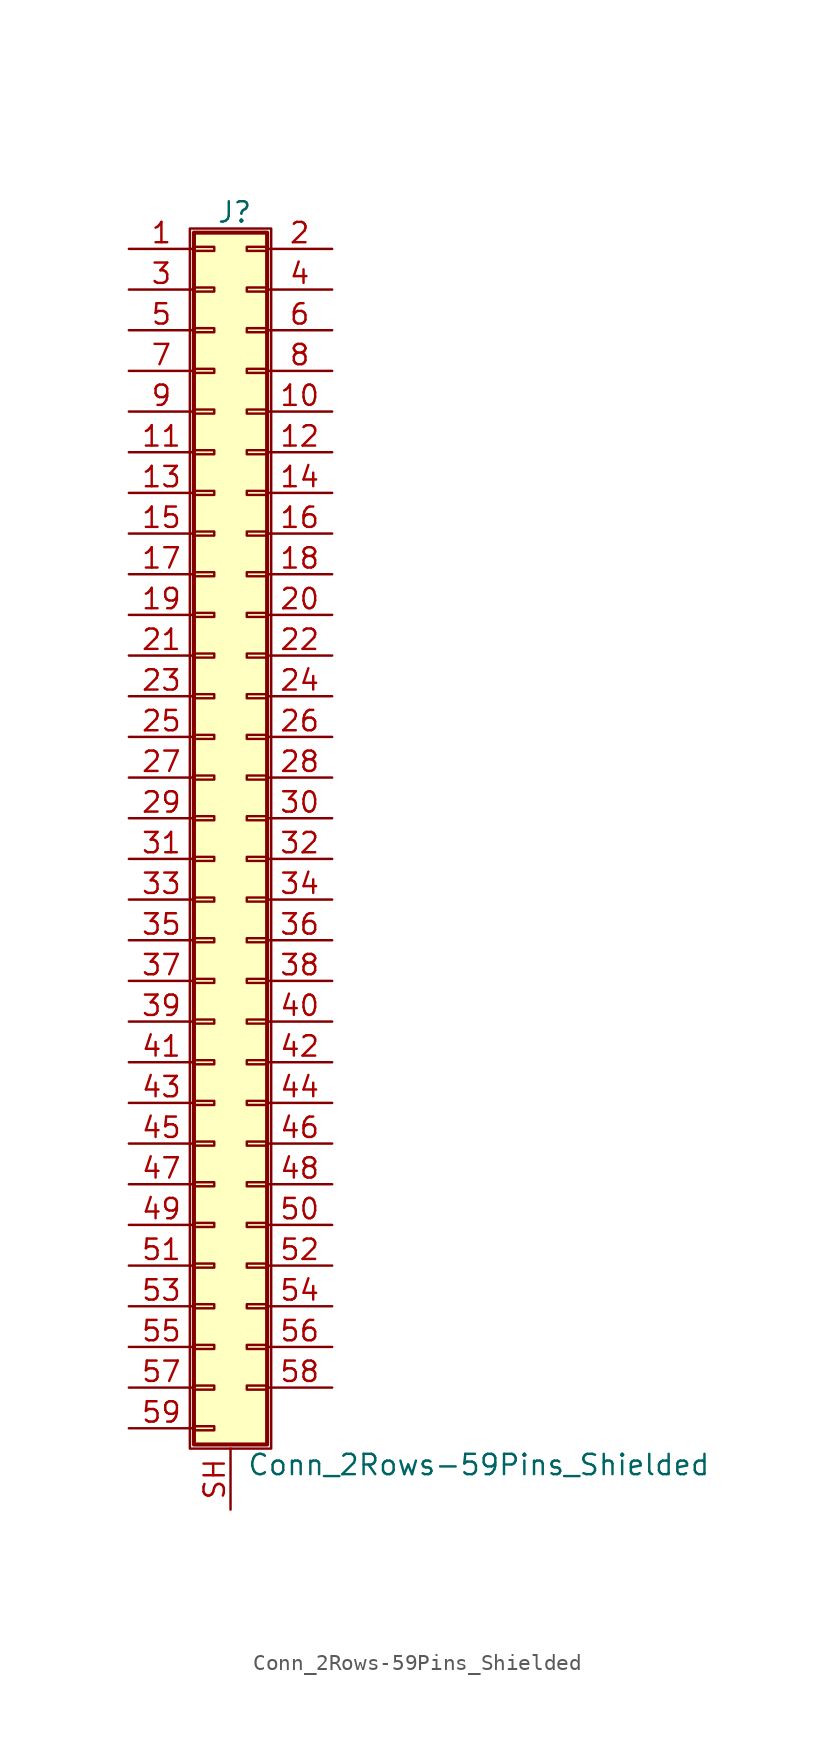
<source format=kicad_sym>
(kicad_symbol_lib
  (version 20220914)
  (generator kicad_symbol_editor)
  (symbol "Conn_2Rows-59Pins_Shielded"
    (pin_names
      (offset 1.016) hide)
    (property "Reference" "J"
      (at 1.524 37.846 0)
      (effects (font (size 1.27 1.27))))
    (property "Value" "Conn_2Rows-59Pins_Shielded"
      (at 2.286 -40.386 0)
      (effects (font (size 1.27 1.27)) (justify left)))
    (symbol "Conn_2Rows-59Pins_Shielded_1_1"
      (rectangle (start -1.27 36.83) (end 3.81 -39.37) (stroke (width 0.152) (type default)) (fill (type none)))
      (rectangle (start -1.016 -37.973) (end 0.254 -38.227) (stroke (width 0.152) (type default)) (fill (type none)))
      (rectangle (start -1.016 -35.433) (end 0.254 -35.687) (stroke (width 0.152) (type default)) (fill (type none)))
      (rectangle (start -1.016 -32.893) (end 0.254 -33.147) (stroke (width 0.152) (type default)) (fill (type none)))
      (rectangle (start -1.016 -30.353) (end 0.254 -30.607) (stroke (width 0.152) (type default)) (fill (type none)))
      (rectangle (start -1.016 -27.813) (end 0.254 -28.067) (stroke (width 0.152) (type default)) (fill (type none)))
      (rectangle (start -1.016 -25.273) (end 0.254 -25.527) (stroke (width 0.152) (type default)) (fill (type none)))
      (rectangle (start -1.016 -22.733) (end 0.254 -22.987) (stroke (width 0.152) (type default)) (fill (type none)))
      (rectangle (start -1.016 -20.193) (end 0.254 -20.447) (stroke (width 0.152) (type default)) (fill (type none)))
      (rectangle (start -1.016 -17.653) (end 0.254 -17.907) (stroke (width 0.152) (type default)) (fill (type none)))
      (rectangle (start -1.016 -15.113) (end 0.254 -15.367) (stroke (width 0.152) (type default)) (fill (type none)))
      (rectangle (start -1.016 -12.573) (end 0.254 -12.827) (stroke (width 0.152) (type default)) (fill (type none)))
      (rectangle (start -1.016 -10.033) (end 0.254 -10.287) (stroke (width 0.152) (type default)) (fill (type none)))
      (rectangle (start -1.016 -7.493) (end 0.254 -7.747) (stroke (width 0.152) (type default)) (fill (type none)))
      (rectangle (start -1.016 -4.953) (end 0.254 -5.207) (stroke (width 0.152) (type default)) (fill (type none)))
      (rectangle (start -1.016 -2.413) (end 0.254 -2.667) (stroke (width 0.152) (type default)) (fill (type none)))
      (rectangle (start -1.016 0.127) (end 0.254 -0.127) (stroke (width 0.152) (type default)) (fill (type none)))
      (rectangle (start -1.016 2.667) (end 0.254 2.413) (stroke (width 0.152) (type default)) (fill (type none)))
      (rectangle (start -1.016 5.207) (end 0.254 4.953) (stroke (width 0.152) (type default)) (fill (type none)))
      (rectangle (start -1.016 7.747) (end 0.254 7.493) (stroke (width 0.152) (type default)) (fill (type none)))
      (rectangle (start -1.016 10.287) (end 0.254 10.033) (stroke (width 0.152) (type default)) (fill (type none)))
      (rectangle (start -1.016 12.827) (end 0.254 12.573) (stroke (width 0.152) (type default)) (fill (type none)))
      (rectangle (start -1.016 15.367) (end 0.254 15.113) (stroke (width 0.152) (type default)) (fill (type none)))
      (rectangle (start -1.016 17.907) (end 0.254 17.653) (stroke (width 0.152) (type default)) (fill (type none)))
      (rectangle (start -1.016 20.447) (end 0.254 20.193) (stroke (width 0.152) (type default)) (fill (type none)))
      (rectangle (start -1.016 22.987) (end 0.254 22.733) (stroke (width 0.152) (type default)) (fill (type none)))
      (rectangle (start -1.016 25.527) (end 0.254 25.273) (stroke (width 0.152) (type default)) (fill (type none)))
      (rectangle (start -1.016 28.067) (end 0.254 27.813) (stroke (width 0.152) (type default)) (fill (type none)))
      (rectangle (start -1.016 30.607) (end 0.254 30.353) (stroke (width 0.152) (type default)) (fill (type none)))
      (rectangle (start -1.016 33.147) (end 0.254 32.893) (stroke (width 0.152) (type default)) (fill (type none)))
      (rectangle (start -1.016 35.687) (end 0.254 35.433) (stroke (width 0.152) (type default)) (fill (type none)))
      (rectangle (start -1.016 36.576) (end 3.556 -39.116) (stroke (width 0.254) (type default)) (fill (type background)))
      (rectangle (start 3.556 -35.433) (end 2.286 -35.687) (stroke (width 0.152) (type default)) (fill (type none)))
      (rectangle (start 3.556 -32.893) (end 2.286 -33.147) (stroke (width 0.152) (type default)) (fill (type none)))
      (rectangle (start 3.556 -30.353) (end 2.286 -30.607) (stroke (width 0.152) (type default)) (fill (type none)))
      (rectangle (start 3.556 -27.813) (end 2.286 -28.067) (stroke (width 0.152) (type default)) (fill (type none)))
      (rectangle (start 3.556 -25.273) (end 2.286 -25.527) (stroke (width 0.152) (type default)) (fill (type none)))
      (rectangle (start 3.556 -22.733) (end 2.286 -22.987) (stroke (width 0.152) (type default)) (fill (type none)))
      (rectangle (start 3.556 -20.193) (end 2.286 -20.447) (stroke (width 0.152) (type default)) (fill (type none)))
      (rectangle (start 3.556 -17.653) (end 2.286 -17.907) (stroke (width 0.152) (type default)) (fill (type none)))
      (rectangle (start 3.556 -15.113) (end 2.286 -15.367) (stroke (width 0.152) (type default)) (fill (type none)))
      (rectangle (start 3.556 -12.573) (end 2.286 -12.827) (stroke (width 0.152) (type default)) (fill (type none)))
      (rectangle (start 3.556 -10.033) (end 2.286 -10.287) (stroke (width 0.152) (type default)) (fill (type none)))
      (rectangle (start 3.556 -7.493) (end 2.286 -7.747) (stroke (width 0.152) (type default)) (fill (type none)))
      (rectangle (start 3.556 -4.953) (end 2.286 -5.207) (stroke (width 0.152) (type default)) (fill (type none)))
      (rectangle (start 3.556 -2.413) (end 2.286 -2.667) (stroke (width 0.152) (type default)) (fill (type none)))
      (rectangle (start 3.556 0.127) (end 2.286 -0.127) (stroke (width 0.152) (type default)) (fill (type none)))
      (rectangle (start 3.556 2.667) (end 2.286 2.413) (stroke (width 0.152) (type default)) (fill (type none)))
      (rectangle (start 3.556 5.207) (end 2.286 4.953) (stroke (width 0.152) (type default)) (fill (type none)))
      (rectangle (start 3.556 7.747) (end 2.286 7.493) (stroke (width 0.152) (type default)) (fill (type none)))
      (rectangle (start 3.556 10.287) (end 2.286 10.033) (stroke (width 0.152) (type default)) (fill (type none)))
      (rectangle (start 3.556 12.827) (end 2.286 12.573) (stroke (width 0.152) (type default)) (fill (type none)))
      (rectangle (start 3.556 15.367) (end 2.286 15.113) (stroke (width 0.152) (type default)) (fill (type none)))
      (rectangle (start 3.556 17.907) (end 2.286 17.653) (stroke (width 0.152) (type default)) (fill (type none)))
      (rectangle (start 3.556 20.447) (end 2.286 20.193) (stroke (width 0.152) (type default)) (fill (type none)))
      (rectangle (start 3.556 22.987) (end 2.286 22.733) (stroke (width 0.152) (type default)) (fill (type none)))
      (rectangle (start 3.556 25.527) (end 2.286 25.273) (stroke (width 0.152) (type default)) (fill (type none)))
      (rectangle (start 3.556 28.067) (end 2.286 27.813) (stroke (width 0.152) (type default)) (fill (type none)))
      (rectangle (start 3.556 30.607) (end 2.286 30.353) (stroke (width 0.152) (type default)) (fill (type none)))
      (rectangle (start 3.556 33.147) (end 2.286 32.893) (stroke (width 0.152) (type default)) (fill (type none)))
      (rectangle (start 3.556 35.687) (end 2.286 35.433) (stroke (width 0.152) (type default)) (fill (type none)))
      (pin passive line (at -5.08 35.56 0) (length 4.064) (name "Pin_1" (effects (font (size 1.27 1.27)))) (number "1" (effects (font (size 1.27 1.27)))))
      (pin passive line (at 7.62 25.4 180) (length 4.064) (name "Pin_10" (effects (font (size 1.27 1.27)))) (number "10" (effects (font (size 1.27 1.27)))))
      (pin passive line (at -5.08 22.86 0) (length 4.064) (name "Pin_11" (effects (font (size 1.27 1.27)))) (number "11" (effects (font (size 1.27 1.27)))))
      (pin passive line (at 7.62 22.86 180) (length 4.064) (name "Pin_12" (effects (font (size 1.27 1.27)))) (number "12" (effects (font (size 1.27 1.27)))))
      (pin passive line (at -5.08 20.32 0) (length 4.064) (name "Pin_13" (effects (font (size 1.27 1.27)))) (number "13" (effects (font (size 1.27 1.27)))))
      (pin passive line (at 7.62 20.32 180) (length 4.064) (name "Pin_14" (effects (font (size 1.27 1.27)))) (number "14" (effects (font (size 1.27 1.27)))))
      (pin passive line (at -5.08 17.78 0) (length 4.064) (name "Pin_15" (effects (font (size 1.27 1.27)))) (number "15" (effects (font (size 1.27 1.27)))))
      (pin passive line (at 7.62 17.78 180) (length 4.064) (name "Pin_16" (effects (font (size 1.27 1.27)))) (number "16" (effects (font (size 1.27 1.27)))))
      (pin passive line (at -5.08 15.24 0) (length 4.064) (name "Pin_17" (effects (font (size 1.27 1.27)))) (number "17" (effects (font (size 1.27 1.27)))))
      (pin passive line (at 7.62 15.24 180) (length 4.064) (name "Pin_18" (effects (font (size 1.27 1.27)))) (number "18" (effects (font (size 1.27 1.27)))))
      (pin passive line (at -5.08 12.7 0) (length 4.064) (name "Pin_19" (effects (font (size 1.27 1.27)))) (number "19" (effects (font (size 1.27 1.27)))))
      (pin passive line (at 7.62 35.56 180) (length 4.064) (name "Pin_2" (effects (font (size 1.27 1.27)))) (number "2" (effects (font (size 1.27 1.27)))))
      (pin passive line (at 7.62 12.7 180) (length 4.064) (name "Pin_20" (effects (font (size 1.27 1.27)))) (number "20" (effects (font (size 1.27 1.27)))))
      (pin passive line (at -5.08 10.16 0) (length 4.064) (name "Pin_21" (effects (font (size 1.27 1.27)))) (number "21" (effects (font (size 1.27 1.27)))))
      (pin passive line (at 7.62 10.16 180) (length 4.064) (name "Pin_22" (effects (font (size 1.27 1.27)))) (number "22" (effects (font (size 1.27 1.27)))))
      (pin passive line (at -5.08 7.62 0) (length 4.064) (name "Pin_23" (effects (font (size 1.27 1.27)))) (number "23" (effects (font (size 1.27 1.27)))))
      (pin passive line (at 7.62 7.62 180) (length 4.064) (name "Pin_24" (effects (font (size 1.27 1.27)))) (number "24" (effects (font (size 1.27 1.27)))))
      (pin passive line (at -5.08 5.08 0) (length 4.064) (name "Pin_25" (effects (font (size 1.27 1.27)))) (number "25" (effects (font (size 1.27 1.27)))))
      (pin passive line (at 7.62 5.08 180) (length 4.064) (name "Pin_26" (effects (font (size 1.27 1.27)))) (number "26" (effects (font (size 1.27 1.27)))))
      (pin passive line (at -5.08 2.54 0) (length 4.064) (name "Pin_27" (effects (font (size 1.27 1.27)))) (number "27" (effects (font (size 1.27 1.27)))))
      (pin passive line (at 7.62 2.54 180) (length 4.064) (name "Pin_28" (effects (font (size 1.27 1.27)))) (number "28" (effects (font (size 1.27 1.27)))))
      (pin passive line (at -5.08 0 0) (length 4.064) (name "Pin_29" (effects (font (size 1.27 1.27)))) (number "29" (effects (font (size 1.27 1.27)))))
      (pin passive line (at -5.08 33.02 0) (length 4.064) (name "Pin_3" (effects (font (size 1.27 1.27)))) (number "3" (effects (font (size 1.27 1.27)))))
      (pin passive line (at 7.62 0 180) (length 4.064) (name "Pin_30" (effects (font (size 1.27 1.27)))) (number "30" (effects (font (size 1.27 1.27)))))
      (pin passive line (at -5.08 -2.54 0) (length 4.064) (name "Pin_31" (effects (font (size 1.27 1.27)))) (number "31" (effects (font (size 1.27 1.27)))))
      (pin passive line (at 7.62 -2.54 180) (length 4.064) (name "Pin_32" (effects (font (size 1.27 1.27)))) (number "32" (effects (font (size 1.27 1.27)))))
      (pin passive line (at -5.08 -5.08 0) (length 4.064) (name "Pin_33" (effects (font (size 1.27 1.27)))) (number "33" (effects (font (size 1.27 1.27)))))
      (pin passive line (at 7.62 -5.08 180) (length 4.064) (name "Pin_34" (effects (font (size 1.27 1.27)))) (number "34" (effects (font (size 1.27 1.27)))))
      (pin passive line (at -5.08 -7.62 0) (length 4.064) (name "Pin_35" (effects (font (size 1.27 1.27)))) (number "35" (effects (font (size 1.27 1.27)))))
      (pin passive line (at 7.62 -7.62 180) (length 4.064) (name "Pin_36" (effects (font (size 1.27 1.27)))) (number "36" (effects (font (size 1.27 1.27)))))
      (pin passive line (at -5.08 -10.16 0) (length 4.064) (name "Pin_37" (effects (font (size 1.27 1.27)))) (number "37" (effects (font (size 1.27 1.27)))))
      (pin passive line (at 7.62 -10.16 180) (length 4.064) (name "Pin_38" (effects (font (size 1.27 1.27)))) (number "38" (effects (font (size 1.27 1.27)))))
      (pin passive line (at -5.08 -12.7 0) (length 4.064) (name "Pin_39" (effects (font (size 1.27 1.27)))) (number "39" (effects (font (size 1.27 1.27)))))
      (pin passive line (at 7.62 33.02 180) (length 4.064) (name "Pin_4" (effects (font (size 1.27 1.27)))) (number "4" (effects (font (size 1.27 1.27)))))
      (pin passive line (at 7.62 -12.7 180) (length 4.064) (name "Pin_40" (effects (font (size 1.27 1.27)))) (number "40" (effects (font (size 1.27 1.27)))))
      (pin passive line (at -5.08 -15.24 0) (length 4.064) (name "Pin_41" (effects (font (size 1.27 1.27)))) (number "41" (effects (font (size 1.27 1.27)))))
      (pin passive line (at 7.62 -15.24 180) (length 4.064) (name "Pin_42" (effects (font (size 1.27 1.27)))) (number "42" (effects (font (size 1.27 1.27)))))
      (pin passive line (at -5.08 -17.78 0) (length 4.064) (name "Pin_43" (effects (font (size 1.27 1.27)))) (number "43" (effects (font (size 1.27 1.27)))))
      (pin passive line (at 7.62 -17.78 180) (length 4.064) (name "Pin_44" (effects (font (size 1.27 1.27)))) (number "44" (effects (font (size 1.27 1.27)))))
      (pin passive line (at -5.08 -20.32 0) (length 4.064) (name "Pin_45" (effects (font (size 1.27 1.27)))) (number "45" (effects (font (size 1.27 1.27)))))
      (pin passive line (at 7.62 -20.32 180) (length 4.064) (name "Pin_46" (effects (font (size 1.27 1.27)))) (number "46" (effects (font (size 1.27 1.27)))))
      (pin passive line (at -5.08 -22.86 0) (length 4.064) (name "Pin_47" (effects (font (size 1.27 1.27)))) (number "47" (effects (font (size 1.27 1.27)))))
      (pin passive line (at 7.62 -22.86 180) (length 4.064) (name "Pin_48" (effects (font (size 1.27 1.27)))) (number "48" (effects (font (size 1.27 1.27)))))
      (pin passive line (at -5.08 -25.4 0) (length 4.064) (name "Pin_49" (effects (font (size 1.27 1.27)))) (number "49" (effects (font (size 1.27 1.27)))))
      (pin passive line (at -5.08 30.48 0) (length 4.064) (name "Pin_5" (effects (font (size 1.27 1.27)))) (number "5" (effects (font (size 1.27 1.27)))))
      (pin passive line (at 7.62 -25.4 180) (length 4.064) (name "Pin_50" (effects (font (size 1.27 1.27)))) (number "50" (effects (font (size 1.27 1.27)))))
      (pin passive line (at -5.08 -27.94 0) (length 4.064) (name "Pin_51" (effects (font (size 1.27 1.27)))) (number "51" (effects (font (size 1.27 1.27)))))
      (pin passive line (at 7.62 -27.94 180) (length 4.064) (name "Pin_52" (effects (font (size 1.27 1.27)))) (number "52" (effects (font (size 1.27 1.27)))))
      (pin passive line (at -5.08 -30.48 0) (length 4.064) (name "Pin_53" (effects (font (size 1.27 1.27)))) (number "53" (effects (font (size 1.27 1.27)))))
      (pin passive line (at 7.62 -30.48 180) (length 4.064) (name "Pin_54" (effects (font (size 1.27 1.27)))) (number "54" (effects (font (size 1.27 1.27)))))
      (pin passive line (at -5.08 -33.02 0) (length 4.064) (name "Pin_55" (effects (font (size 1.27 1.27)))) (number "55" (effects (font (size 1.27 1.27)))))
      (pin passive line (at 7.62 -33.02 180) (length 4.064) (name "Pin_56" (effects (font (size 1.27 1.27)))) (number "56" (effects (font (size 1.27 1.27)))))
      (pin passive line (at -5.08 -35.56 0) (length 4.064) (name "Pin_57" (effects (font (size 1.27 1.27)))) (number "57" (effects (font (size 1.27 1.27)))))
      (pin passive line (at 7.62 -35.56 180) (length 4.064) (name "Pin_58" (effects (font (size 1.27 1.27)))) (number "58" (effects (font (size 1.27 1.27)))))
      (pin passive line (at -5.08 -38.1 0) (length 4.064) (name "Pin_59" (effects (font (size 1.27 1.27)))) (number "59" (effects (font (size 1.27 1.27)))))
      (pin passive line (at 7.62 30.48 180) (length 4.064) (name "Pin_6" (effects (font (size 1.27 1.27)))) (number "6" (effects (font (size 1.27 1.27)))))
      (pin passive line (at -5.08 27.94 0) (length 4.064) (name "Pin_7" (effects (font (size 1.27 1.27)))) (number "7" (effects (font (size 1.27 1.27)))))
      (pin passive line (at 7.62 27.94 180) (length 4.064) (name "Pin_8" (effects (font (size 1.27 1.27)))) (number "8" (effects (font (size 1.27 1.27)))))
      (pin passive line (at -5.08 25.4 0) (length 4.064) (name "Pin_9" (effects (font (size 1.27 1.27)))) (number "9" (effects (font (size 1.27 1.27)))))
      (pin passive line (at 1.27 -43.18 90) (length 3.81) (name "Shield" (effects (font (size 1.27 1.27)))) (number "SH" (effects (font (size 1.27 1.27))))))))
</source>
